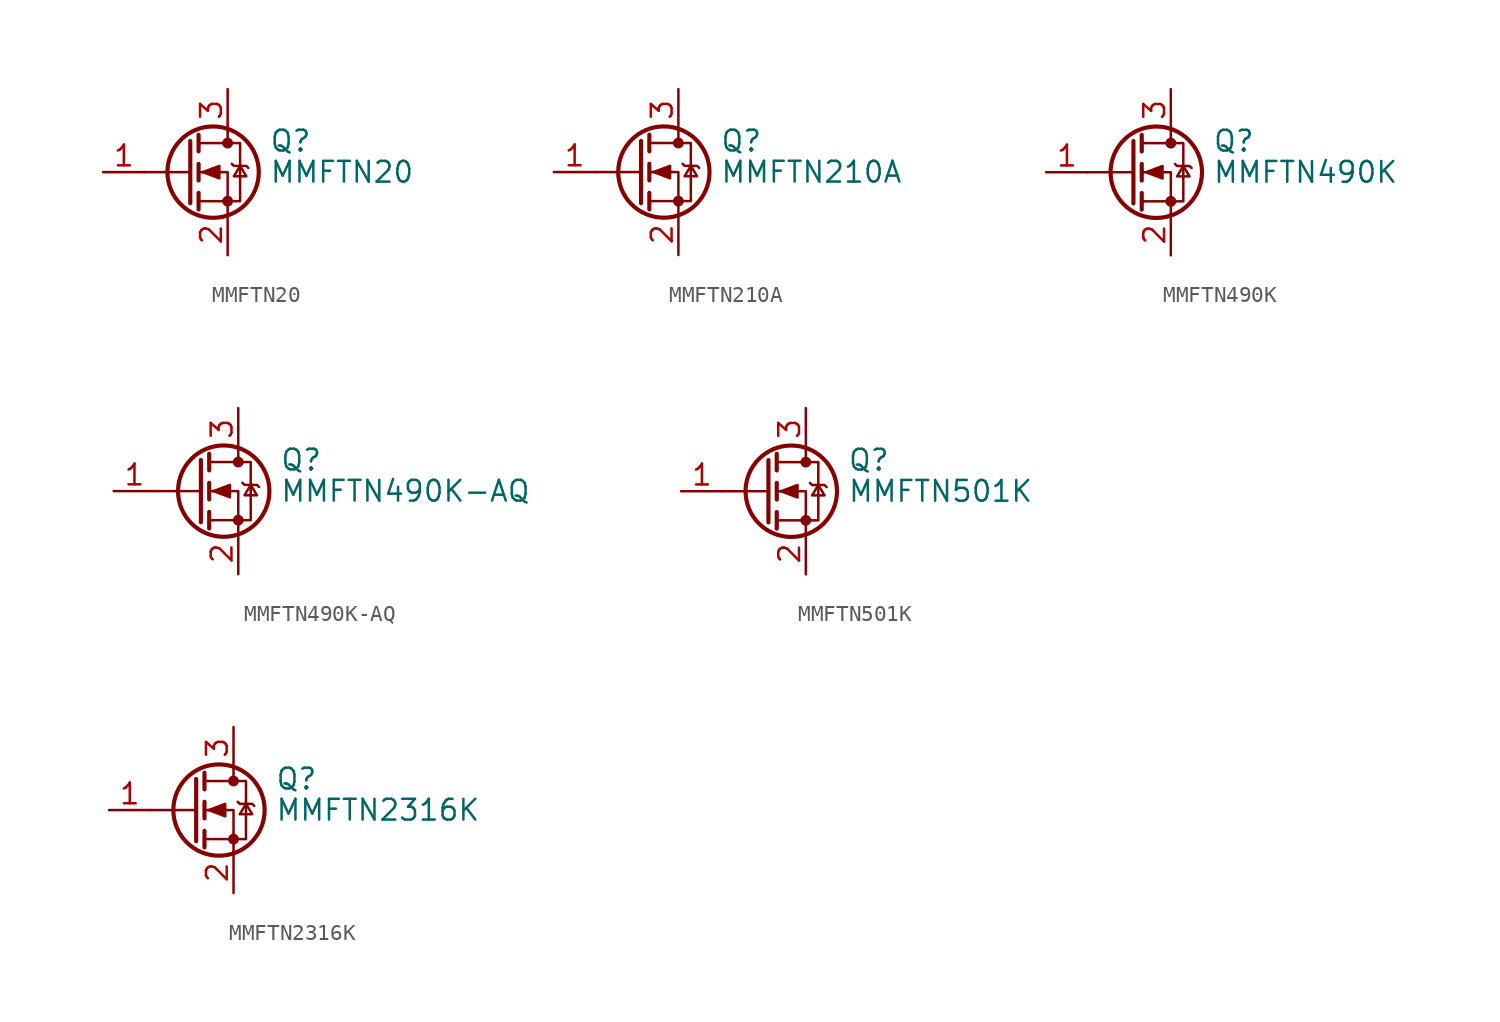
<source format=kicad_sym>
(kicad_symbol_lib
  (version 20241209)
  (generator "kicad_symbol_editor")
  (generator_version "9.0")
  (symbol "MMFTN20"
    (pin_names
      (hide yes))
    (property "Reference" "Q"
      (at 5.08 1.905 0)
      (effects (font (size 1.27 1.27)) (justify left)))
    (property "Value" "MMFTN20"
      (at 5.08 0 0)
      (effects (font (size 1.27 1.27)) (justify left)))
    (symbol "MMFTN20_0_1"
      (polyline (pts (xy 0.254 1.905) (xy 0.254 -1.905)) (stroke (width 0.254) (type default)) (fill (type none)))
      (polyline (pts (xy 0.254 0) (xy -2.54 0)) (stroke (width 0) (type default)) (fill (type none)))
      (polyline (pts (xy 0.762 2.286) (xy 0.762 1.27)) (stroke (width 0.254) (type default)) (fill (type none)))
      (polyline (pts (xy 0.762 0.508) (xy 0.762 -0.508)) (stroke (width 0.254) (type default)) (fill (type none)))
      (polyline (pts (xy 0.762 -1.27) (xy 0.762 -2.286)) (stroke (width 0.254) (type default)) (fill (type none)))
      (polyline (pts (xy 0.762 -1.778) (xy 3.302 -1.778) (xy 3.302 1.778) (xy 0.762 1.778)) (stroke (width 0) (type default)) (fill (type none)))
      (polyline (pts (xy 1.016 0) (xy 2.032 0.381) (xy 2.032 -0.381) (xy 1.016 0)) (stroke (width 0) (type default)) (fill (type outline)))
      (circle (center 1.651 0) (radius 2.794) (stroke (width 0.254) (type default)) (fill (type none)))
      (polyline (pts (xy 2.54 2.54) (xy 2.54 1.778)) (stroke (width 0) (type default)) (fill (type none)))
      (circle (center 2.54 1.778) (radius 0.254) (stroke (width 0) (type default)) (fill (type outline)))
      (circle (center 2.54 -1.778) (radius 0.254) (stroke (width 0) (type default)) (fill (type outline)))
      (polyline (pts (xy 2.54 -2.54) (xy 2.54 0) (xy 0.762 0)) (stroke (width 0) (type default)) (fill (type none)))
      (polyline (pts (xy 2.794 0.508) (xy 2.921 0.381) (xy 3.683 0.381) (xy 3.81 0.254)) (stroke (width 0) (type default)) (fill (type none)))
      (polyline (pts (xy 3.302 0.381) (xy 2.921 -0.254) (xy 3.683 -0.254) (xy 3.302 0.381)) (stroke (width 0) (type default)) (fill (type none))))
    (symbol "MMFTN20_1_1"
      (pin input line (at -5.08 0 0) (length 2.54) (name "G" (effects (font (size 1.27 1.27)))) (number "1" (effects (font (size 1.27 1.27)))))
      (pin passive line (at 2.54 5.08 270) (length 2.54) (name "D" (effects (font (size 1.27 1.27)))) (number "3" (effects (font (size 1.27 1.27)))))
      (pin passive line (at 2.54 -5.08 90) (length 2.54) (name "S" (effects (font (size 1.27 1.27)))) (number "2" (effects (font (size 1.27 1.27)))))))
  (symbol "MMFTN210A"
    (pin_names
      (hide yes))
    (property "Reference" "Q"
      (at 5.08 1.905 0)
      (effects (font (size 1.27 1.27)) (justify left)))
    (property "Value" "MMFTN210A"
      (at 5.08 0 0)
      (effects (font (size 1.27 1.27)) (justify left)))
    (symbol "MMFTN210A_0_1"
      (polyline (pts (xy 0.254 1.905) (xy 0.254 -1.905)) (stroke (width 0.254) (type default)) (fill (type none)))
      (polyline (pts (xy 0.254 0) (xy -2.54 0)) (stroke (width 0) (type default)) (fill (type none)))
      (polyline (pts (xy 0.762 2.286) (xy 0.762 1.27)) (stroke (width 0.254) (type default)) (fill (type none)))
      (polyline (pts (xy 0.762 0.508) (xy 0.762 -0.508)) (stroke (width 0.254) (type default)) (fill (type none)))
      (polyline (pts (xy 0.762 -1.27) (xy 0.762 -2.286)) (stroke (width 0.254) (type default)) (fill (type none)))
      (polyline (pts (xy 0.762 -1.778) (xy 3.302 -1.778) (xy 3.302 1.778) (xy 0.762 1.778)) (stroke (width 0) (type default)) (fill (type none)))
      (polyline (pts (xy 1.016 0) (xy 2.032 0.381) (xy 2.032 -0.381) (xy 1.016 0)) (stroke (width 0) (type default)) (fill (type outline)))
      (circle (center 1.651 0) (radius 2.794) (stroke (width 0.254) (type default)) (fill (type none)))
      (polyline (pts (xy 2.54 2.54) (xy 2.54 1.778)) (stroke (width 0) (type default)) (fill (type none)))
      (circle (center 2.54 1.778) (radius 0.254) (stroke (width 0) (type default)) (fill (type outline)))
      (circle (center 2.54 -1.778) (radius 0.254) (stroke (width 0) (type default)) (fill (type outline)))
      (polyline (pts (xy 2.54 -2.54) (xy 2.54 0) (xy 0.762 0)) (stroke (width 0) (type default)) (fill (type none)))
      (polyline (pts (xy 2.794 0.508) (xy 2.921 0.381) (xy 3.683 0.381) (xy 3.81 0.254)) (stroke (width 0) (type default)) (fill (type none)))
      (polyline (pts (xy 3.302 0.381) (xy 2.921 -0.254) (xy 3.683 -0.254) (xy 3.302 0.381)) (stroke (width 0) (type default)) (fill (type none))))
    (symbol "MMFTN210A_1_1"
      (pin input line (at -5.08 0 0) (length 2.54) (name "G" (effects (font (size 1.27 1.27)))) (number "1" (effects (font (size 1.27 1.27)))))
      (pin passive line (at 2.54 5.08 270) (length 2.54) (name "D" (effects (font (size 1.27 1.27)))) (number "3" (effects (font (size 1.27 1.27)))))
      (pin passive line (at 2.54 -5.08 90) (length 2.54) (name "S" (effects (font (size 1.27 1.27)))) (number "2" (effects (font (size 1.27 1.27)))))))
  (symbol "MMFTN490K"
    (pin_names
      (hide yes))
    (property "Reference" "Q"
      (at 5.08 1.905 0)
      (effects (font (size 1.27 1.27)) (justify left)))
    (property "Value" "MMFTN490K"
      (at 5.08 0 0)
      (effects (font (size 1.27 1.27)) (justify left)))
    (symbol "MMFTN490K_0_1"
      (polyline (pts (xy 0.254 1.905) (xy 0.254 -1.905)) (stroke (width 0.254) (type default)) (fill (type none)))
      (polyline (pts (xy 0.254 0) (xy -2.54 0)) (stroke (width 0) (type default)) (fill (type none)))
      (polyline (pts (xy 0.762 2.286) (xy 0.762 1.27)) (stroke (width 0.254) (type default)) (fill (type none)))
      (polyline (pts (xy 0.762 0.508) (xy 0.762 -0.508)) (stroke (width 0.254) (type default)) (fill (type none)))
      (polyline (pts (xy 0.762 -1.27) (xy 0.762 -2.286)) (stroke (width 0.254) (type default)) (fill (type none)))
      (polyline (pts (xy 0.762 -1.778) (xy 3.302 -1.778) (xy 3.302 1.778) (xy 0.762 1.778)) (stroke (width 0) (type default)) (fill (type none)))
      (polyline (pts (xy 1.016 0) (xy 2.032 0.381) (xy 2.032 -0.381) (xy 1.016 0)) (stroke (width 0) (type default)) (fill (type outline)))
      (circle (center 1.651 0) (radius 2.794) (stroke (width 0.254) (type default)) (fill (type none)))
      (polyline (pts (xy 2.54 2.54) (xy 2.54 1.778)) (stroke (width 0) (type default)) (fill (type none)))
      (circle (center 2.54 1.778) (radius 0.254) (stroke (width 0) (type default)) (fill (type outline)))
      (circle (center 2.54 -1.778) (radius 0.254) (stroke (width 0) (type default)) (fill (type outline)))
      (polyline (pts (xy 2.54 -2.54) (xy 2.54 0) (xy 0.762 0)) (stroke (width 0) (type default)) (fill (type none)))
      (polyline (pts (xy 2.794 0.508) (xy 2.921 0.381) (xy 3.683 0.381) (xy 3.81 0.254)) (stroke (width 0) (type default)) (fill (type none)))
      (polyline (pts (xy 3.302 0.381) (xy 2.921 -0.254) (xy 3.683 -0.254) (xy 3.302 0.381)) (stroke (width 0) (type default)) (fill (type none))))
    (symbol "MMFTN490K_1_1"
      (pin input line (at -5.08 0 0) (length 2.54) (name "G" (effects (font (size 1.27 1.27)))) (number "1" (effects (font (size 1.27 1.27)))))
      (pin passive line (at 2.54 5.08 270) (length 2.54) (name "D" (effects (font (size 1.27 1.27)))) (number "3" (effects (font (size 1.27 1.27)))))
      (pin passive line (at 2.54 -5.08 90) (length 2.54) (name "S" (effects (font (size 1.27 1.27)))) (number "2" (effects (font (size 1.27 1.27)))))))
  (symbol "MMFTN490K-AQ"
    (pin_names
      (hide yes))
    (property "Reference" "Q"
      (at 5.08 1.905 0)
      (effects (font (size 1.27 1.27)) (justify left)))
    (property "Value" "MMFTN490K-AQ"
      (at 5.08 0 0)
      (effects (font (size 1.27 1.27)) (justify left)))
    (symbol "MMFTN490K-AQ_0_1"
      (polyline (pts (xy 0.254 1.905) (xy 0.254 -1.905)) (stroke (width 0.254) (type default)) (fill (type none)))
      (polyline (pts (xy 0.254 0) (xy -2.54 0)) (stroke (width 0) (type default)) (fill (type none)))
      (polyline (pts (xy 0.762 2.286) (xy 0.762 1.27)) (stroke (width 0.254) (type default)) (fill (type none)))
      (polyline (pts (xy 0.762 0.508) (xy 0.762 -0.508)) (stroke (width 0.254) (type default)) (fill (type none)))
      (polyline (pts (xy 0.762 -1.27) (xy 0.762 -2.286)) (stroke (width 0.254) (type default)) (fill (type none)))
      (polyline (pts (xy 0.762 -1.778) (xy 3.302 -1.778) (xy 3.302 1.778) (xy 0.762 1.778)) (stroke (width 0) (type default)) (fill (type none)))
      (polyline (pts (xy 1.016 0) (xy 2.032 0.381) (xy 2.032 -0.381) (xy 1.016 0)) (stroke (width 0) (type default)) (fill (type outline)))
      (circle (center 1.651 0) (radius 2.794) (stroke (width 0.254) (type default)) (fill (type none)))
      (polyline (pts (xy 2.54 2.54) (xy 2.54 1.778)) (stroke (width 0) (type default)) (fill (type none)))
      (circle (center 2.54 1.778) (radius 0.254) (stroke (width 0) (type default)) (fill (type outline)))
      (circle (center 2.54 -1.778) (radius 0.254) (stroke (width 0) (type default)) (fill (type outline)))
      (polyline (pts (xy 2.54 -2.54) (xy 2.54 0) (xy 0.762 0)) (stroke (width 0) (type default)) (fill (type none)))
      (polyline (pts (xy 2.794 0.508) (xy 2.921 0.381) (xy 3.683 0.381) (xy 3.81 0.254)) (stroke (width 0) (type default)) (fill (type none)))
      (polyline (pts (xy 3.302 0.381) (xy 2.921 -0.254) (xy 3.683 -0.254) (xy 3.302 0.381)) (stroke (width 0) (type default)) (fill (type none))))
    (symbol "MMFTN490K-AQ_1_1"
      (pin input line (at -5.08 0 0) (length 2.54) (name "G" (effects (font (size 1.27 1.27)))) (number "1" (effects (font (size 1.27 1.27)))))
      (pin passive line (at 2.54 5.08 270) (length 2.54) (name "D" (effects (font (size 1.27 1.27)))) (number "3" (effects (font (size 1.27 1.27)))))
      (pin passive line (at 2.54 -5.08 90) (length 2.54) (name "S" (effects (font (size 1.27 1.27)))) (number "2" (effects (font (size 1.27 1.27)))))))
  (symbol "MMFTN501K"
    (pin_names
      (hide yes))
    (property "Reference" "Q"
      (at 5.08 1.905 0)
      (effects (font (size 1.27 1.27)) (justify left)))
    (property "Value" "MMFTN501K"
      (at 5.08 0 0)
      (effects (font (size 1.27 1.27)) (justify left)))
    (symbol "MMFTN501K_0_1"
      (polyline (pts (xy 0.254 1.905) (xy 0.254 -1.905)) (stroke (width 0.254) (type default)) (fill (type none)))
      (polyline (pts (xy 0.254 0) (xy -2.54 0)) (stroke (width 0) (type default)) (fill (type none)))
      (polyline (pts (xy 0.762 2.286) (xy 0.762 1.27)) (stroke (width 0.254) (type default)) (fill (type none)))
      (polyline (pts (xy 0.762 0.508) (xy 0.762 -0.508)) (stroke (width 0.254) (type default)) (fill (type none)))
      (polyline (pts (xy 0.762 -1.27) (xy 0.762 -2.286)) (stroke (width 0.254) (type default)) (fill (type none)))
      (polyline (pts (xy 0.762 -1.778) (xy 3.302 -1.778) (xy 3.302 1.778) (xy 0.762 1.778)) (stroke (width 0) (type default)) (fill (type none)))
      (polyline (pts (xy 1.016 0) (xy 2.032 0.381) (xy 2.032 -0.381) (xy 1.016 0)) (stroke (width 0) (type default)) (fill (type outline)))
      (circle (center 1.651 0) (radius 2.794) (stroke (width 0.254) (type default)) (fill (type none)))
      (polyline (pts (xy 2.54 2.54) (xy 2.54 1.778)) (stroke (width 0) (type default)) (fill (type none)))
      (circle (center 2.54 1.778) (radius 0.254) (stroke (width 0) (type default)) (fill (type outline)))
      (circle (center 2.54 -1.778) (radius 0.254) (stroke (width 0) (type default)) (fill (type outline)))
      (polyline (pts (xy 2.54 -2.54) (xy 2.54 0) (xy 0.762 0)) (stroke (width 0) (type default)) (fill (type none)))
      (polyline (pts (xy 2.794 0.508) (xy 2.921 0.381) (xy 3.683 0.381) (xy 3.81 0.254)) (stroke (width 0) (type default)) (fill (type none)))
      (polyline (pts (xy 3.302 0.381) (xy 2.921 -0.254) (xy 3.683 -0.254) (xy 3.302 0.381)) (stroke (width 0) (type default)) (fill (type none))))
    (symbol "MMFTN501K_1_1"
      (pin input line (at -5.08 0 0) (length 2.54) (name "G" (effects (font (size 1.27 1.27)))) (number "1" (effects (font (size 1.27 1.27)))))
      (pin passive line (at 2.54 5.08 270) (length 2.54) (name "D" (effects (font (size 1.27 1.27)))) (number "3" (effects (font (size 1.27 1.27)))))
      (pin passive line (at 2.54 -5.08 90) (length 2.54) (name "S" (effects (font (size 1.27 1.27)))) (number "2" (effects (font (size 1.27 1.27)))))))
  (symbol "MMFTN2316K"
    (pin_names
      (hide yes))
    (property "Reference" "Q"
      (at 5.08 1.905 0)
      (effects (font (size 1.27 1.27)) (justify left)))
    (property "Value" "MMFTN2316K"
      (at 5.08 0 0)
      (effects (font (size 1.27 1.27)) (justify left)))
    (symbol "MMFTN2316K_0_1"
      (polyline (pts (xy 0.254 1.905) (xy 0.254 -1.905)) (stroke (width 0.254) (type default)) (fill (type none)))
      (polyline (pts (xy 0.254 0) (xy -2.54 0)) (stroke (width 0) (type default)) (fill (type none)))
      (polyline (pts (xy 0.762 2.286) (xy 0.762 1.27)) (stroke (width 0.254) (type default)) (fill (type none)))
      (polyline (pts (xy 0.762 0.508) (xy 0.762 -0.508)) (stroke (width 0.254) (type default)) (fill (type none)))
      (polyline (pts (xy 0.762 -1.27) (xy 0.762 -2.286)) (stroke (width 0.254) (type default)) (fill (type none)))
      (polyline (pts (xy 0.762 -1.778) (xy 3.302 -1.778) (xy 3.302 1.778) (xy 0.762 1.778)) (stroke (width 0) (type default)) (fill (type none)))
      (polyline (pts (xy 1.016 0) (xy 2.032 0.381) (xy 2.032 -0.381) (xy 1.016 0)) (stroke (width 0) (type default)) (fill (type outline)))
      (circle (center 1.651 0) (radius 2.794) (stroke (width 0.254) (type default)) (fill (type none)))
      (polyline (pts (xy 2.54 2.54) (xy 2.54 1.778)) (stroke (width 0) (type default)) (fill (type none)))
      (circle (center 2.54 1.778) (radius 0.254) (stroke (width 0) (type default)) (fill (type outline)))
      (circle (center 2.54 -1.778) (radius 0.254) (stroke (width 0) (type default)) (fill (type outline)))
      (polyline (pts (xy 2.54 -2.54) (xy 2.54 0) (xy 0.762 0)) (stroke (width 0) (type default)) (fill (type none)))
      (polyline (pts (xy 2.794 0.508) (xy 2.921 0.381) (xy 3.683 0.381) (xy 3.81 0.254)) (stroke (width 0) (type default)) (fill (type none)))
      (polyline (pts (xy 3.302 0.381) (xy 2.921 -0.254) (xy 3.683 -0.254) (xy 3.302 0.381)) (stroke (width 0) (type default)) (fill (type none))))
    (symbol "MMFTN2316K_1_1"
      (pin input line (at -5.08 0 0) (length 2.54) (name "G" (effects (font (size 1.27 1.27)))) (number "1" (effects (font (size 1.27 1.27)))))
      (pin passive line (at 2.54 5.08 270) (length 2.54) (name "D" (effects (font (size 1.27 1.27)))) (number "3" (effects (font (size 1.27 1.27)))))
      (pin passive line (at 2.54 -5.08 90) (length 2.54) (name "S" (effects (font (size 1.27 1.27)))) (number "2" (effects (font (size 1.27 1.27))))))))
</source>
